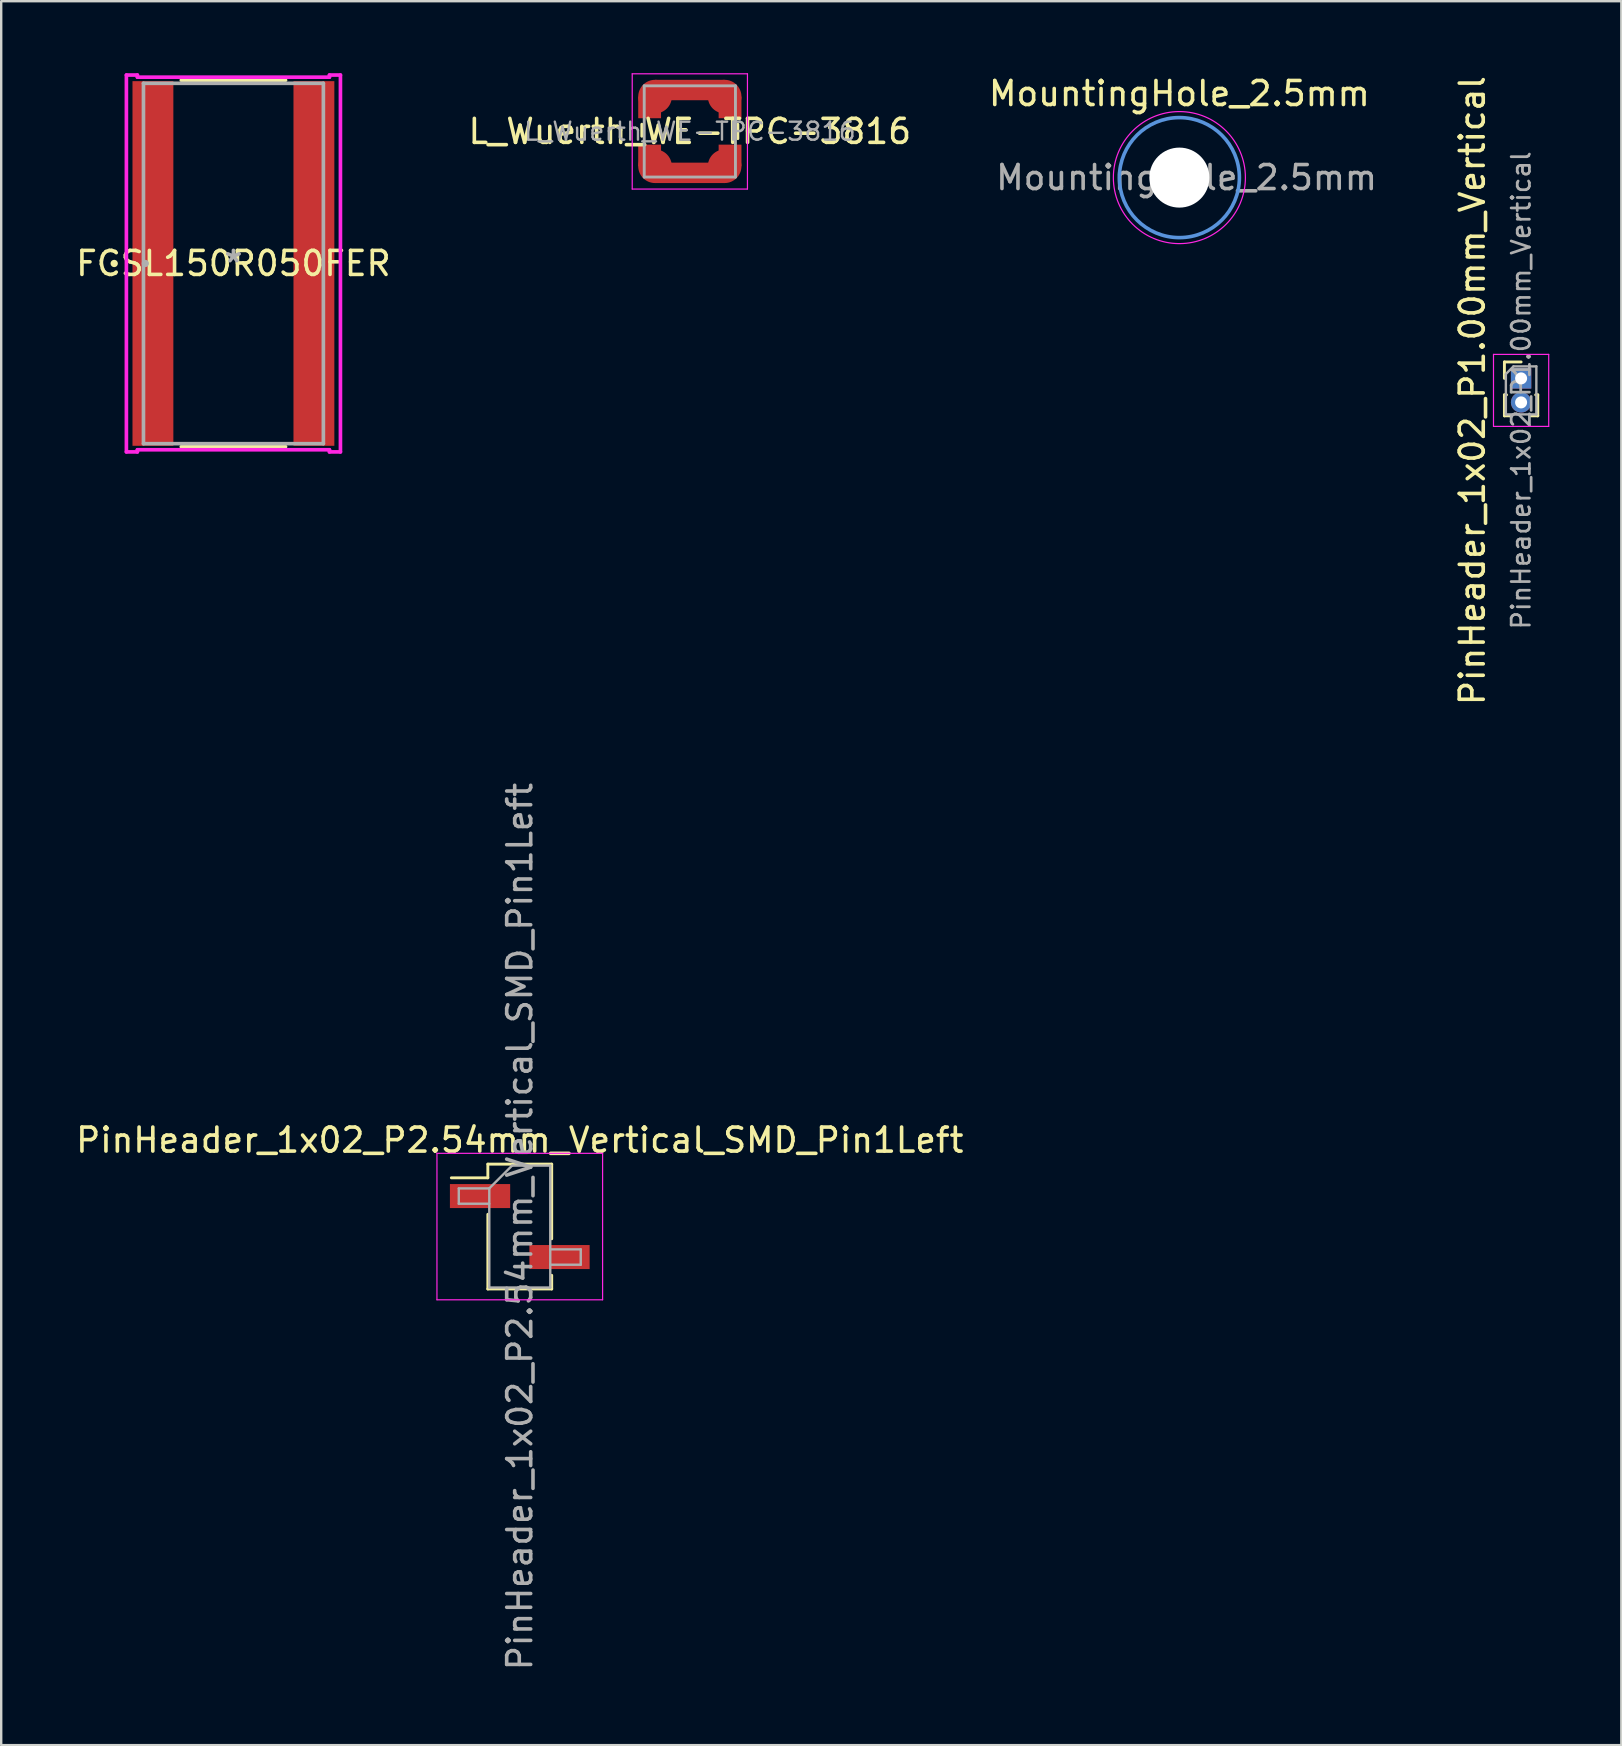
<source format=kicad_pcb>
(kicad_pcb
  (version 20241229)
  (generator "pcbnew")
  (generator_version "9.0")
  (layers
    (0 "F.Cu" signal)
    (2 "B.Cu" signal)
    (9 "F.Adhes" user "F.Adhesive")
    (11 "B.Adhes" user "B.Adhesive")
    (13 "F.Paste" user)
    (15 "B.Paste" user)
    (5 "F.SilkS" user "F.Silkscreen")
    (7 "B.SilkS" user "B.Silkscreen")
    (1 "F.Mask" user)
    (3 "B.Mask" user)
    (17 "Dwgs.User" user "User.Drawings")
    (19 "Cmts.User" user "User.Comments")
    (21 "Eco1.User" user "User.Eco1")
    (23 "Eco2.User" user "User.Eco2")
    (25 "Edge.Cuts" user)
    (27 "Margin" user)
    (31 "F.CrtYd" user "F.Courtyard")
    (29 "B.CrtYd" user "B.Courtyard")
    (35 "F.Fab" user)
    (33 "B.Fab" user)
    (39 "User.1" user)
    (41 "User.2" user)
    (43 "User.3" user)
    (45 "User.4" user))
  (footprint "L_Wuerth_WE-TPC-3816"
    (layer "F.Cu")
    (at 25.685 2.425)
    (property "Reference" "L_Wuerth_WE-TPC-3816" (at 0 0 0) (layer "F.SilkS") (effects (font (size 1 1) (thickness 0.15))))
    (attr smd)
    (fp_line (start -2 -0.3) (end -2 0.2) (stroke (width 0.12) (type solid)) (layer "F.SilkS"))
    (fp_line (start 2 -0.3) (end 2 0.3) (stroke (width 0.12) (type solid)) (layer "F.SilkS"))
    (fp_line (start -2.4 -2.4) (end -2.4 2.4) (stroke (width 0.05) (type solid)) (layer "F.CrtYd"))
    (fp_line (start -2.4 2.4) (end 2.4 2.4) (stroke (width 0.05) (type solid)) (layer "F.CrtYd"))
    (fp_line (start 2.4 -2.4) (end -2.4 -2.4) (stroke (width 0.05) (type solid)) (layer "F.CrtYd"))
    (fp_line (start 2.4 2.4) (end 2.4 -2.4) (stroke (width 0.05) (type solid)) (layer "F.CrtYd"))
    (fp_line (start -1.9 -1.9) (end 1.9 -1.9) (stroke (width 0.12) (type solid)) (layer "F.Fab"))
    (fp_line (start -1.9 1.9) (end -1.9 -1.9) (stroke (width 0.12) (type solid)) (layer "F.Fab"))
    (fp_line (start 1.9 -1.9) (end 1.9 1.9) (stroke (width 0.12) (type solid)) (layer "F.Fab"))
    (fp_line (start 1.9 1.9) (end -1.9 1.9) (stroke (width 0.12) (type solid)) (layer "F.Fab"))
    (fp_text user "${REFERENCE}" (at 0 0 0) (layer "F.Fab") (effects (font (size 0.75 0.75) (thickness 0.1))))
    (pad "1" smd rect (at -1.675 -1) (size 0.95 0.9) (layers "F.Cu" "F.Mask" "F.Paste"))
    (pad "1" smd circle (at -1.45 -1.45) (size 1.4 1.4) (layers "F.Cu" "F.Mask" "F.Paste"))
    (pad "1" smd rect (at 0 -1.725) (size 2.9 0.85) (layers "F.Cu" "F.Mask" "F.Paste"))
    (pad "1" smd circle (at 1.45 -1.45) (size 1.4 1.4) (layers "F.Cu" "F.Mask" "F.Paste"))
    (pad "1" smd rect (at 1.675 -1) (size 0.95 0.9) (layers "F.Cu" "F.Mask" "F.Paste"))
    (pad "2" smd rect (at -1.675 1) (size 0.95 0.9) (layers "F.Cu" "F.Mask" "F.Paste"))
    (pad "2" smd circle (at -1.45 1.45) (size 1.4 1.4) (layers "F.Cu" "F.Mask" "F.Paste"))
    (pad "2" smd rect (at 0 1.725) (size 2.9 0.85) (layers "F.Cu" "F.Mask" "F.Paste"))
    (pad "2" smd circle (at 1.45 1.45) (size 1.4 1.4) (layers "F.Cu" "F.Mask" "F.Paste"))
    (pad "2" smd rect (at 1.675 1) (size 0.95 0.9) (layers "F.Cu" "F.Mask" "F.Paste")))
  (footprint "MountingHole_2.5mm"
    (layer "F.Cu")
    (at 46.077 4.348)
    (property "Reference" "MountingHole_2.5mm" (at 0 -3.5 0) (layer "F.SilkS") (effects (font (size 1 1) (thickness 0.15))))
    (attr exclude_from_pos_files exclude_from_bom)
    (fp_circle (center 0 0) (end 2.5 0) (stroke (width 0.15) (type solid)) (fill no) (layer "Cmts.User"))
    (fp_circle (center 0 0) (end 2.75 0) (stroke (width 0.05) (type solid)) (fill no) (layer "F.CrtYd"))
    (fp_text user "${REFERENCE}" (at 0.3 0 0) (layer "F.Fab") (effects (font (size 1 1) (thickness 0.15))))
    (pad "" np_thru_hole circle (at 0 0) (size 2.5 2.5) (drill 2.5) (layers "*.Cu" "*.Mask")))
  (footprint "PinHeader_1x02_P1.00mm_Vertical"
    (layer "F.Cu")
    (at 60.311 12.712)
    (property "Reference" "PinHeader_1x02_P1.00mm_Vertical" (at -2.032 0.508 90) (layer "F.SilkS") (effects (font (size 1 1) (thickness 0.15))))
    (attr through_hole)
    (fp_line (start -0.695 -0.685) (end 0 -0.685) (stroke (width 0.12) (type solid)) (layer "F.SilkS"))
    (fp_line (start -0.695 0) (end -0.695 -0.685) (stroke (width 0.12) (type solid)) (layer "F.SilkS"))
    (fp_line (start -0.695 0.685) (end -0.695 1.56) (stroke (width 0.12) (type solid)) (layer "F.SilkS"))
    (fp_line (start -0.695 0.685) (end -0.608 0.685) (stroke (width 0.12) (type solid)) (layer "F.SilkS"))
    (fp_line (start -0.695 1.56) (end -0.394 1.56) (stroke (width 0.12) (type solid)) (layer "F.SilkS"))
    (fp_line (start 0.394 1.56) (end 0.695 1.56) (stroke (width 0.12) (type solid)) (layer "F.SilkS"))
    (fp_line (start 0.608 0.685) (end 0.695 0.685) (stroke (width 0.12) (type solid)) (layer "F.SilkS"))
    (fp_line (start 0.695 0.685) (end 0.695 1.56) (stroke (width 0.12) (type solid)) (layer "F.SilkS"))
    (fp_line (start -1.15 -1) (end -1.15 2) (stroke (width 0.05) (type solid)) (layer "F.CrtYd"))
    (fp_line (start -1.15 2) (end 1.15 2) (stroke (width 0.05) (type solid)) (layer "F.CrtYd"))
    (fp_line (start 1.15 -1) (end -1.15 -1) (stroke (width 0.05) (type solid)) (layer "F.CrtYd"))
    (fp_line (start 1.15 2) (end 1.15 -1) (stroke (width 0.05) (type solid)) (layer "F.CrtYd"))
    (fp_line (start -0.635 -0.182) (end -0.318 -0.5) (stroke (width 0.1) (type solid)) (layer "F.Fab"))
    (fp_line (start -0.635 1.5) (end -0.635 -0.182) (stroke (width 0.1) (type solid)) (layer "F.Fab"))
    (fp_line (start -0.318 -0.5) (end 0.635 -0.5) (stroke (width 0.1) (type solid)) (layer "F.Fab"))
    (fp_line (start 0.635 -0.5) (end 0.635 1.5) (stroke (width 0.1) (type solid)) (layer "F.Fab"))
    (fp_line (start 0.635 1.5) (end -0.635 1.5) (stroke (width 0.1) (type solid)) (layer "F.Fab"))
    (fp_text user "${REFERENCE}" (at 0 0.5 90) (layer "F.Fab") (effects (font (size 0.76 0.76) (thickness 0.114))))
    (pad "1" thru_hole rect (at 0 0) (size 0.85 0.85) (drill 0.5) (layers "*.Cu" "*.Mask"))
    (pad "2" thru_hole oval (at 0 1) (size 0.85 0.85) (drill 0.5) (layers "*.Cu" "*.Mask")))
  (footprint "PinHeader_1x02_P2.54mm_Vertical_SMD_Pin1Left"
    (layer "F.Cu")
    (at 18.601 48.042)
    (property "Reference" "PinHeader_1x02_P2.54mm_Vertical_SMD_Pin1Left" (at 0 -3.6 0) (layer "F.SilkS") (effects (font (size 1 1) (thickness 0.15))))
    (attr smd)
    (fp_line (start -1.33 -2.6) (end -1.33 -2.03) (stroke (width 0.12) (type solid)) (layer "F.SilkS"))
    (fp_line (start -1.33 -2.6) (end 1.33 -2.6) (stroke (width 0.12) (type solid)) (layer "F.SilkS"))
    (fp_line (start -1.33 -2.03) (end -2.85 -2.03) (stroke (width 0.12) (type solid)) (layer "F.SilkS"))
    (fp_line (start -1.33 -0.51) (end -1.33 2.6) (stroke (width 0.12) (type solid)) (layer "F.SilkS"))
    (fp_line (start -1.33 2.6) (end 1.33 2.6) (stroke (width 0.12) (type solid)) (layer "F.SilkS"))
    (fp_line (start 1.33 -2.6) (end 1.33 0.51) (stroke (width 0.12) (type solid)) (layer "F.SilkS"))
    (fp_line (start 1.33 2.03) (end 1.33 2.6) (stroke (width 0.12) (type solid)) (layer "F.SilkS"))
    (fp_line (start -3.45 -3.05) (end -3.45 3.05) (stroke (width 0.05) (type solid)) (layer "F.CrtYd"))
    (fp_line (start -3.45 3.05) (end 3.45 3.05) (stroke (width 0.05) (type solid)) (layer "F.CrtYd"))
    (fp_line (start 3.45 -3.05) (end -3.45 -3.05) (stroke (width 0.05) (type solid)) (layer "F.CrtYd"))
    (fp_line (start 3.45 3.05) (end 3.45 -3.05) (stroke (width 0.05) (type solid)) (layer "F.CrtYd"))
    (fp_line (start -2.54 -1.59) (end -2.54 -0.95) (stroke (width 0.1) (type solid)) (layer "F.Fab"))
    (fp_line (start -2.54 -0.95) (end -1.27 -0.95) (stroke (width 0.1) (type solid)) (layer "F.Fab"))
    (fp_line (start -1.27 -1.59) (end -2.54 -1.59) (stroke (width 0.1) (type solid)) (layer "F.Fab"))
    (fp_line (start -1.27 -1.59) (end -0.32 -2.54) (stroke (width 0.1) (type solid)) (layer "F.Fab"))
    (fp_line (start -1.27 2.54) (end -1.27 -1.59) (stroke (width 0.1) (type solid)) (layer "F.Fab"))
    (fp_line (start -0.32 -2.54) (end 1.27 -2.54) (stroke (width 0.1) (type solid)) (layer "F.Fab"))
    (fp_line (start 1.27 -2.54) (end 1.27 2.54) (stroke (width 0.1) (type solid)) (layer "F.Fab"))
    (fp_line (start 1.27 0.95) (end 2.54 0.95) (stroke (width 0.1) (type solid)) (layer "F.Fab"))
    (fp_line (start 1.27 2.54) (end -1.27 2.54) (stroke (width 0.1) (type solid)) (layer "F.Fab"))
    (fp_line (start 2.54 0.95) (end 2.54 1.59) (stroke (width 0.1) (type solid)) (layer "F.Fab"))
    (fp_line (start 2.54 1.59) (end 1.27 1.59) (stroke (width 0.1) (type solid)) (layer "F.Fab"))
    (fp_text user "${REFERENCE}" (at 0 0 90) (layer "F.Fab") (effects (font (size 1 1) (thickness 0.15))))
    (pad "1" smd rect (at -1.655 -1.27) (size 2.51 1) (layers "F.Cu" "F.Mask" "F.Paste"))
    (pad "2" smd rect (at 1.655 1.27) (size 2.51 1) (layers "F.Cu" "F.Mask" "F.Paste")))
  (footprint "FCSL150R050FER"
    (layer "F.Cu")
    (at 6.673 7.925)
    (property "Reference" "FCSL150R050FER" (at 0 0 0) (layer "F.SilkS") (effects (font (size 1 1) (thickness 0.15))))
    (attr through_hole)
    (fp_line (start -2.171 7.633) (end 2.171 7.633) (stroke (width 0.152) (type solid)) (layer "F.SilkS"))
    (fp_line (start 2.171 -7.633) (end -2.171 -7.633) (stroke (width 0.152) (type solid)) (layer "F.SilkS"))
    (fp_circle (center -4.966 0) (end -4.889 0) (stroke (width 0.152) (type solid)) (fill no) (layer "F.SilkS"))
    (fp_line (start -4.458 -7.849) (end -4 -7.849) (stroke (width 0.152) (type solid)) (layer "F.CrtYd"))
    (fp_line (start -4.458 7.849) (end -4.458 -7.849) (stroke (width 0.152) (type solid)) (layer "F.CrtYd"))
    (fp_line (start -4 -7.849) (end -4 -7.76) (stroke (width 0.152) (type solid)) (layer "F.CrtYd"))
    (fp_line (start -4 -7.76) (end 4 -7.76) (stroke (width 0.152) (type solid)) (layer "F.CrtYd"))
    (fp_line (start -4 7.76) (end -4 7.849) (stroke (width 0.152) (type solid)) (layer "F.CrtYd"))
    (fp_line (start -4 7.849) (end -4.458 7.849) (stroke (width 0.152) (type solid)) (layer "F.CrtYd"))
    (fp_line (start 4 -7.849) (end 4.458 -7.849) (stroke (width 0.152) (type solid)) (layer "F.CrtYd"))
    (fp_line (start 4 -7.76) (end 4 -7.849) (stroke (width 0.152) (type solid)) (layer "F.CrtYd"))
    (fp_line (start 4 7.76) (end -4 7.76) (stroke (width 0.152) (type solid)) (layer "F.CrtYd"))
    (fp_line (start 4 7.849) (end 4 7.76) (stroke (width 0.152) (type solid)) (layer "F.CrtYd"))
    (fp_line (start 4.458 -7.849) (end 4.458 7.849) (stroke (width 0.152) (type solid)) (layer "F.CrtYd"))
    (fp_line (start 4.458 7.849) (end 4 7.849) (stroke (width 0.152) (type solid)) (layer "F.CrtYd"))
    (fp_line (start -3.747 -7.506) (end -3.747 7.506) (stroke (width 0.152) (type solid)) (layer "F.Fab"))
    (fp_line (start -3.747 7.506) (end 3.747 7.506) (stroke (width 0.152) (type solid)) (layer "F.Fab"))
    (fp_line (start 3.747 -7.506) (end -3.747 -7.506) (stroke (width 0.152) (type solid)) (layer "F.Fab"))
    (fp_line (start 3.747 7.506) (end 3.747 -7.506) (stroke (width 0.152) (type solid)) (layer "F.Fab"))
    (fp_circle (center -3.67 0) (end -3.594 0) (stroke (width 0.152) (type solid)) (fill no) (layer "F.Fab"))
    (fp_text user "*" (at 0 0 0) (layer "F.Fab") (effects (font (size 1 1) (thickness 0.15))))
    (pad "1" smd rect (at -3.353 0) (size 1.702 15.189) (layers "F.Cu" "F.Mask" "F.Paste"))
    (pad "2" smd rect (at 3.353 0) (size 1.702 15.189) (layers "F.Cu" "F.Mask" "F.Paste")))
  (gr_rect
    (start -3 -3)
    (end 64.486 69.643)
    (stroke (width 0.1) (type default))
    (fill no)
    (layer "Edge.Cuts")))
</source>
